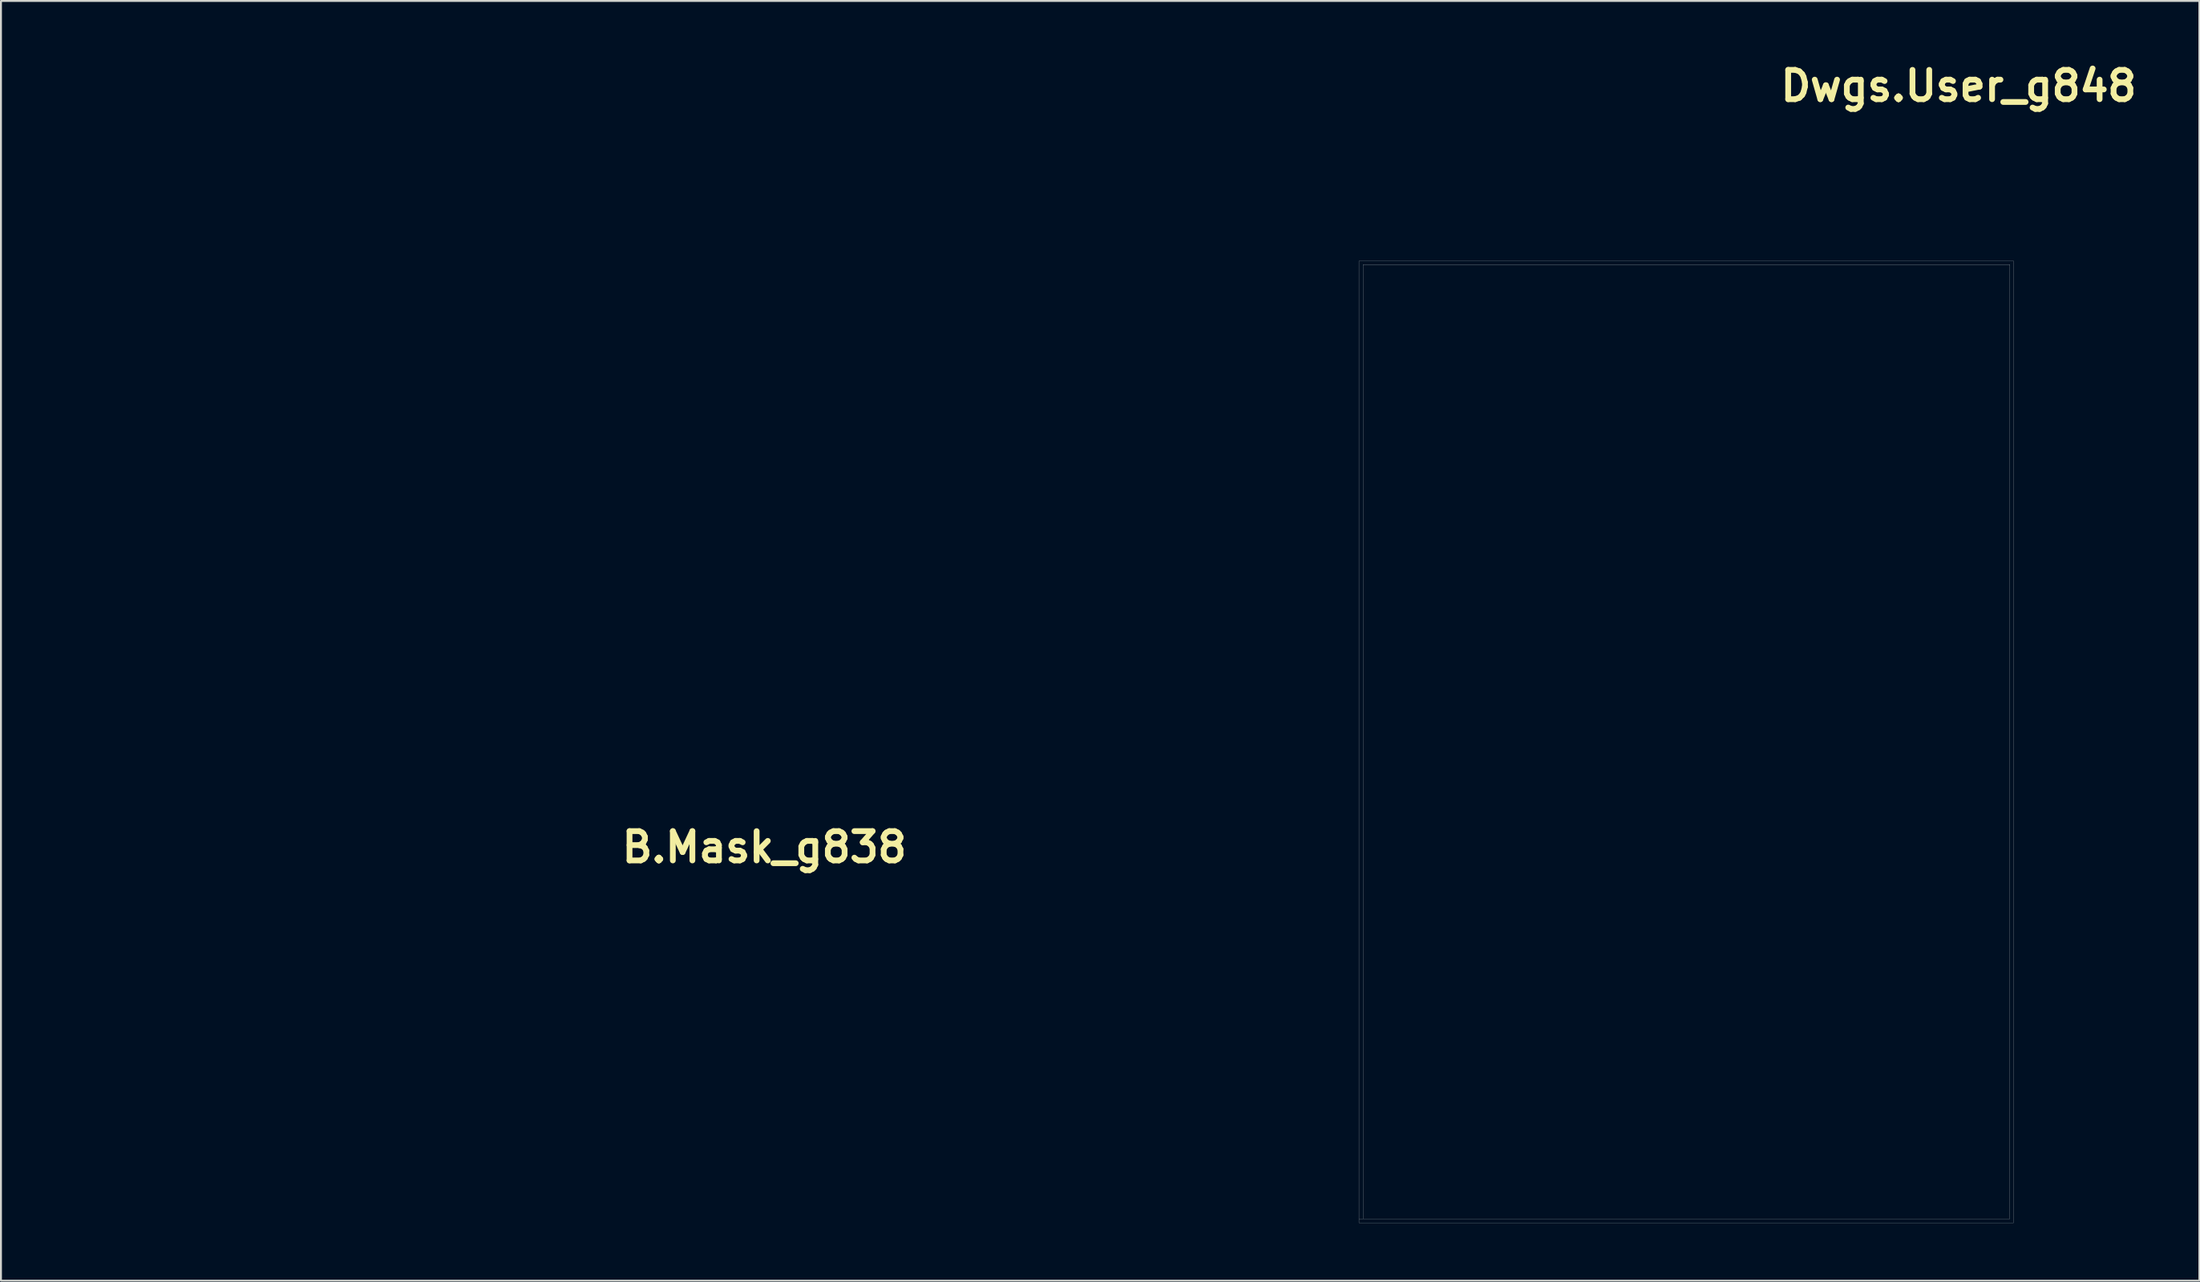
<source format=kicad_pcb>
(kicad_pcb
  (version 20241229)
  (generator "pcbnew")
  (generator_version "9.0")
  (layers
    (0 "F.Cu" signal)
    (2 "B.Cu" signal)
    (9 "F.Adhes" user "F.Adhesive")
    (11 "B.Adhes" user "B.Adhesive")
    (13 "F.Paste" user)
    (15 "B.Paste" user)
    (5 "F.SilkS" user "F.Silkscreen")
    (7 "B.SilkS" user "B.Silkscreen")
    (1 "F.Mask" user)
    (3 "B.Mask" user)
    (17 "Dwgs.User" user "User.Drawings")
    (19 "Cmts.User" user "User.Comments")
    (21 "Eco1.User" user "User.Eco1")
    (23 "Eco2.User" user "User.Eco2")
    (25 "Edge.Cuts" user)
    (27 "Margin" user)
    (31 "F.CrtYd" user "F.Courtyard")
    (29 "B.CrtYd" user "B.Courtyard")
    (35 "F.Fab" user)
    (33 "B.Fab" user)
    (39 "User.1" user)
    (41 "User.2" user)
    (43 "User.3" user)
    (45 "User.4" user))
  (footprint "Dwgs.User_g848"
    (layer "F.Cu")
    (at 98.729 1.418)
    (property "Reference" "Dwgs.User_g848" (at 0 0 0) (layer "F.SilkS") (effects (font (size 1.524 1.524) (thickness 0.3))))
    (attr through_hole)
    (fp_poly (pts (xy 2.857 59.118) (xy -31.157 59.118) (xy -31.157 9.292) (xy -30.946 9.292) (xy -30.946 58.907) (xy 2.667 58.907) (xy 2.667 9.292) (xy -30.946 9.292) (xy -31.157 9.292) (xy -31.157 9.102) (xy 2.857 9.102) (xy 2.857 59.118)) (stroke (width 0.01) (type solid)) (fill no) (layer "Dwgs.User")))
  (footprint "B.Mask_g838"
    (layer "F.Cu")
    (at 36.668 41.002)
    (property "Reference" "B.Mask_g838" (at 0 0 0) (layer "F.SilkS") (effects (font (size 1.524 1.524) (thickness 0.3))))
    (attr through_hole)
    (fp_poly (pts (xy -1.648 -40.965) (xy 0.631 -40.895) (xy 2.916 -40.787) (xy 5.208 -40.641) (xy 7.509 -40.456) (xy 9.271 -40.29) (xy 11.192 -40.083) (xy 13.137 -39.846) (xy 15.102 -39.581) (xy 17.083 -39.287) (xy 19.074 -38.966) (xy 21.07 -38.618) (xy 23.068 -38.245) (xy 25.062 -37.846) (xy 26.173 -37.612) (xy 26.479 -37.547) (xy 26.746 -37.49) (xy 26.977 -37.44) (xy 27.174 -37.397) (xy 27.341 -37.361) (xy 27.48 -37.33) (xy 27.593 -37.305) (xy 27.683 -37.283) (xy 27.752 -37.266) (xy 27.804 -37.252) (xy 27.841 -37.24) (xy 27.866 -37.23) (xy 27.881 -37.221) (xy 27.889 -37.213) (xy 27.892 -37.205) (xy 27.893 -37.199) (xy 27.891 -37.177) (xy 27.884 -37.113) (xy 27.873 -37.011) (xy 27.858 -36.87) (xy 27.839 -36.692) (xy 27.815 -36.477) (xy 27.788 -36.229) (xy 27.758 -35.947) (xy 27.723 -35.632) (xy 27.685 -35.287) (xy 27.644 -34.912) (xy 27.6 -34.509) (xy 27.553 -34.078) (xy 27.503 -33.621) (xy 27.45 -33.14) (xy 27.395 -32.635) (xy 27.337 -32.108) (xy 27.277 -31.559) (xy 27.214 -30.991) (xy 27.15 -30.404) (xy 27.083 -29.8) (xy 27.015 -29.18) (xy 26.945 -28.545) (xy 26.874 -27.897) (xy 26.801 -27.236) (xy 26.727 -26.564) (xy 26.652 -25.882) (xy 26.576 -25.191) (xy 26.5 -24.493) (xy 26.422 -23.788) (xy 26.344 -23.079) (xy 26.265 -22.366) (xy 26.187 -21.65) (xy 26.108 -20.933) (xy 26.029 -20.217) (xy 25.95 -19.501) (xy 25.871 -18.788) (xy 25.793 -18.078) (xy 25.716 -17.374) (xy 25.639 -16.675) (xy 25.562 -15.984) (xy 25.487 -15.302) (xy 25.413 -14.63) (xy 25.34 -13.968) (xy 25.268 -13.319) (xy 25.198 -12.684) (xy 25.13 -12.063) (xy 25.063 -11.459) (xy 24.998 -10.872) (xy 24.936 -10.303) (xy 24.875 -9.754) (xy 24.817 -9.226) (xy 24.761 -8.721) (xy 24.707 -8.239) (xy 24.657 -7.781) (xy 24.609 -7.35) (xy 24.564 -6.946) (xy 24.523 -6.57) (xy 24.484 -6.224) (xy 24.449 -5.908) (xy 24.418 -5.625) (xy 24.39 -5.375) (xy 24.366 -5.16) (xy 24.346 -4.981) (xy 24.33 -4.839) (xy 24.318 -4.735) (xy 24.311 -4.671) (xy 24.308 -4.651) (xy 24.295 -4.551) (xy -4.394 -4.551) (xy -5.496 -4.551) (xy -6.587 -4.551) (xy -7.668 -4.551) (xy -8.737 -4.551) (xy -9.794 -4.551) (xy -10.837 -4.551) (xy -11.866 -4.551) (xy -12.88 -4.552) (xy -13.879 -4.552) (xy -14.862 -4.552) (xy -15.827 -4.552) (xy -16.775 -4.552) (xy -17.704 -4.553) (xy -18.613 -4.553) (xy -19.502 -4.553) (xy -20.371 -4.554) (xy -21.217 -4.554) (xy -22.041 -4.554) (xy -22.842 -4.555) (xy -23.619 -4.555) (xy -24.371 -4.555) (xy -25.097 -4.556) (xy -25.798 -4.556) (xy -26.471 -4.557) (xy -27.116 -4.557) (xy -27.732 -4.558) (xy -28.319 -4.558) (xy -28.876 -4.558) (xy -29.402 -4.559) (xy -29.896 -4.559) (xy -30.358 -4.56) (xy -30.786 -4.561) (xy -31.18 -4.561) (xy -31.54 -4.562) (xy -31.864 -4.562) (xy -32.152 -4.563) (xy -32.402 -4.563) (xy -32.615 -4.564) (xy -32.789 -4.564) (xy -32.923 -4.565) (xy -33.018 -4.566) (xy -33.071 -4.566) (xy -33.084 -4.567) (xy -33.086 -4.589) (xy -33.093 -4.651) (xy -33.104 -4.753) (xy -33.119 -4.894) (xy -33.139 -5.072) (xy -33.162 -5.285) (xy -33.19 -5.533) (xy -33.221 -5.814) (xy -33.255 -6.127) (xy -33.293 -6.471) (xy -33.334 -6.845) (xy -33.378 -7.247) (xy -33.426 -7.676) (xy -33.476 -8.13) (xy -33.529 -8.609) (xy -33.584 -9.112) (xy -33.642 -9.636) (xy -33.702 -10.181) (xy -33.764 -10.746) (xy -33.829 -11.329) (xy -33.895 -11.928) (xy -33.963 -12.544) (xy -34.032 -13.174) (xy -34.103 -13.817) (xy -34.176 -14.472) (xy -34.249 -15.138) (xy -34.258 -15.219) (xy -34.338 -15.941) (xy -34.419 -16.677) (xy -34.501 -17.422) (xy -34.585 -18.175) (xy -34.668 -18.934) (xy -34.753 -19.697) (xy -34.837 -20.46) (xy -34.921 -21.222) (xy -35.005 -21.98) (xy -35.088 -22.732) (xy -35.17 -23.476) (xy -35.251 -24.209) (xy -35.33 -24.929) (xy -35.408 -25.634) (xy -35.484 -26.321) (xy -35.558 -26.988) (xy -35.629 -27.633) (xy -35.697 -28.253) (xy -35.763 -28.847) (xy -35.825 -29.411) (xy -35.884 -29.944) (xy -35.939 -30.442) (xy -35.99 -30.905) (xy -36.037 -31.329) (xy -36.06 -31.536) (xy -36.128 -32.152) (xy -36.191 -32.728) (xy -36.25 -33.263) (xy -36.304 -33.759) (xy -36.355 -34.218) (xy -36.4 -34.639) (xy -36.442 -35.025) (xy -36.48 -35.376) (xy -36.514 -35.692) (xy -36.544 -35.976) (xy -36.571 -36.228) (xy -36.594 -36.45) (xy -36.613 -36.641) (xy -36.629 -36.803) (xy -36.642 -36.938) (xy -36.647 -36.997) (xy -36.353 -36.997) (xy -36.351 -36.975) (xy -36.345 -36.914) (xy -36.335 -36.813) (xy -36.32 -36.675) (xy -36.302 -36.503) (xy -36.28 -36.296) (xy -36.254 -36.058) (xy -36.225 -35.789) (xy -36.193 -35.492) (xy -36.158 -35.168) (xy -36.12 -34.819) (xy -36.079 -34.447) (xy -36.036 -34.052) (xy -35.991 -33.638) (xy -35.943 -33.206) (xy -35.894 -32.756) (xy -35.843 -32.292) (xy -35.79 -31.815) (xy -35.736 -31.326) (xy -35.717 -31.157) (xy -35.671 -30.733) (xy -35.619 -30.27) (xy -35.564 -29.769) (xy -35.505 -29.234) (xy -35.442 -28.667) (xy -35.376 -28.07) (xy -35.308 -27.445) (xy -35.236 -26.796) (xy -35.162 -26.125) (xy -35.085 -25.433) (xy -35.007 -24.725) (xy -34.927 -24.001) (xy -34.846 -23.265) (xy -34.764 -22.52) (xy -34.681 -21.766) (xy -34.597 -21.008) (xy -34.513 -20.247) (xy -34.429 -19.487) (xy -34.346 -18.728) (xy -34.262 -17.975) (xy -34.18 -17.229) (xy -34.099 -16.492) (xy -34.019 -15.769) (xy -33.951 -15.155) (xy -33.879 -14.503) (xy -33.808 -13.86) (xy -33.739 -13.23) (xy -33.671 -12.612) (xy -33.604 -12.009) (xy -33.539 -11.421) (xy -33.476 -10.85) (xy -33.415 -10.297) (xy -33.356 -9.764) (xy -33.299 -9.251) (xy -33.245 -8.76) (xy -33.193 -8.293) (xy -33.144 -7.85) (xy -33.098 -7.433) (xy -33.055 -7.043) (xy -33.015 -6.682) (xy -32.978 -6.35) (xy -32.945 -6.05) (xy -32.915 -5.781) (xy -32.889 -5.547) (xy -32.867 -5.347) (xy -32.848 -5.184) (xy -32.834 -5.058) (xy -32.824 -4.971) (xy -32.819 -4.924) (xy -32.818 -4.916) (xy -32.806 -4.847) (xy 24.022 -4.847) (xy 24.034 -4.916) (xy 24.037 -4.943) (xy 24.045 -5.011) (xy 24.057 -5.118) (xy 24.074 -5.263) (xy 24.094 -5.445) (xy 24.119 -5.663) (xy 24.147 -5.915) (xy 24.178 -6.201) (xy 24.214 -6.518) (xy 24.252 -6.866) (xy 24.294 -7.244) (xy 24.339 -7.649) (xy 24.387 -8.082) (xy 24.438 -8.541) (xy 24.491 -9.023) (xy 24.547 -9.53) (xy 24.606 -10.058) (xy 24.666 -10.607) (xy 24.729 -11.175) (xy 24.794 -11.762) (xy 24.861 -12.365) (xy 24.929 -12.985) (xy 24.999 -13.619) (xy 25.071 -14.266) (xy 25.143 -14.925) (xy 25.217 -15.595) (xy 25.292 -16.275) (xy 25.368 -16.963) (xy 25.445 -17.657) (xy 25.522 -18.358) (xy 25.6 -19.063) (xy 25.678 -19.772) (xy 25.756 -20.483) (xy 25.835 -21.194) (xy 25.913 -21.905) (xy 25.991 -22.615) (xy 26.069 -23.321) (xy 26.146 -24.024) (xy 26.223 -24.721) (xy 26.299 -25.411) (xy 26.374 -26.093) (xy 26.448 -26.767) (xy 26.521 -27.429) (xy 26.593 -28.081) (xy 26.663 -28.719) (xy 26.732 -29.344) (xy 26.799 -29.953) (xy 26.864 -30.545) (xy 26.927 -31.119) (xy 26.988 -31.675) (xy 27.047 -32.21) (xy 27.103 -32.724) (xy 27.157 -33.214) (xy 27.209 -33.681) (xy 27.257 -34.122) (xy 27.302 -34.537) (xy 27.345 -34.924) (xy 27.384 -35.282) (xy 27.42 -35.61) (xy 27.452 -35.906) (xy 27.481 -36.169) (xy 27.506 -36.398) (xy 27.527 -36.592) (xy 27.544 -36.75) (xy 27.557 -36.87) (xy 27.565 -36.95) (xy 27.569 -36.991) (xy 27.57 -36.996) (xy 27.546 -37.003) (xy 27.483 -37.019) (xy 27.382 -37.042) (xy 27.246 -37.073) (xy 27.076 -37.11) (xy 26.875 -37.154) (xy 26.645 -37.204) (xy 26.387 -37.259) (xy 26.103 -37.32) (xy 25.796 -37.385) (xy 25.622 -37.422) (xy 23.211 -37.912) (xy 20.814 -38.362) (xy 18.429 -38.772) (xy 16.057 -39.142) (xy 13.695 -39.473) (xy 11.345 -39.765) (xy 9.005 -40.017) (xy 6.674 -40.229) (xy 4.353 -40.402) (xy 2.508 -40.512) (xy 0.355 -40.609) (xy -1.809 -40.671) (xy -3.977 -40.699) (xy -6.141 -40.692) (xy -8.293 -40.652) (xy -9.345 -40.619) (xy -11.556 -40.522) (xy -13.771 -40.389) (xy -15.992 -40.218) (xy -18.221 -40.01) (xy -20.457 -39.764) (xy -22.702 -39.481) (xy -24.958 -39.16) (xy -27.226 -38.801) (xy -29.507 -38.404) (xy -31.802 -37.968) (xy -34.112 -37.494) (xy -35.46 -37.202) (xy -35.647 -37.16) (xy -35.821 -37.121) (xy -35.977 -37.086) (xy -36.112 -37.055) (xy -36.221 -37.03) (xy -36.3 -37.011) (xy -36.344 -37) (xy -36.353 -36.997) (xy -36.647 -36.997) (xy -36.652 -37.046) (xy -36.659 -37.129) (xy -36.662 -37.186) (xy -36.663 -37.22) (xy -36.662 -37.231) (xy -36.636 -37.239) (xy -36.572 -37.255) (xy -36.474 -37.279) (xy -36.345 -37.309) (xy -36.189 -37.344) (xy -36.01 -37.385) (xy -35.811 -37.429) (xy -35.596 -37.477) (xy -35.368 -37.527) (xy -35.131 -37.579) (xy -34.888 -37.632) (xy -34.644 -37.685) (xy -34.401 -37.738) (xy -34.164 -37.788) (xy -33.935 -37.837) (xy -33.74 -37.878) (xy -31.394 -38.353) (xy -29.062 -38.788) (xy -26.742 -39.184) (xy -24.433 -39.54) (xy -22.134 -39.858) (xy -19.844 -40.136) (xy -17.56 -40.376) (xy -15.281 -40.576) (xy -13.007 -40.738) (xy -10.735 -40.86) (xy -8.465 -40.945) (xy -6.195 -40.99) (xy -3.923 -40.997) (xy -1.648 -40.965)) (stroke (width 0.01) (type solid)) (fill yes) (layer "B.Mask")))
  (gr_rect
    (start -3 -3)
    (end 111.243 63.542)
    (stroke (width 0.1) (type default))
    (fill no)
    (layer "Edge.Cuts")))
</source>
